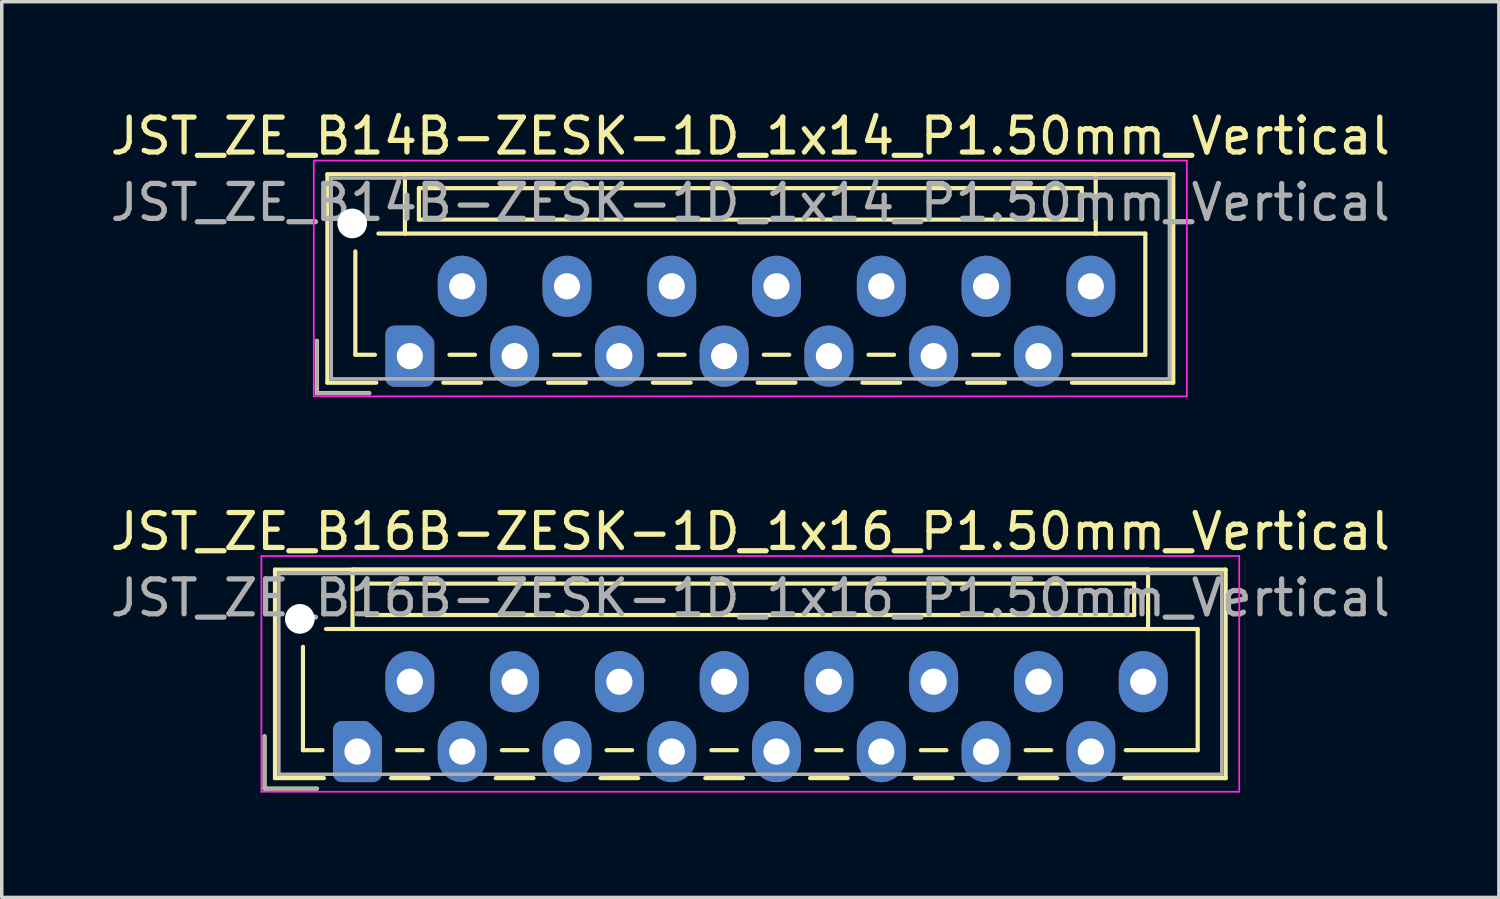
<source format=kicad_pcb>
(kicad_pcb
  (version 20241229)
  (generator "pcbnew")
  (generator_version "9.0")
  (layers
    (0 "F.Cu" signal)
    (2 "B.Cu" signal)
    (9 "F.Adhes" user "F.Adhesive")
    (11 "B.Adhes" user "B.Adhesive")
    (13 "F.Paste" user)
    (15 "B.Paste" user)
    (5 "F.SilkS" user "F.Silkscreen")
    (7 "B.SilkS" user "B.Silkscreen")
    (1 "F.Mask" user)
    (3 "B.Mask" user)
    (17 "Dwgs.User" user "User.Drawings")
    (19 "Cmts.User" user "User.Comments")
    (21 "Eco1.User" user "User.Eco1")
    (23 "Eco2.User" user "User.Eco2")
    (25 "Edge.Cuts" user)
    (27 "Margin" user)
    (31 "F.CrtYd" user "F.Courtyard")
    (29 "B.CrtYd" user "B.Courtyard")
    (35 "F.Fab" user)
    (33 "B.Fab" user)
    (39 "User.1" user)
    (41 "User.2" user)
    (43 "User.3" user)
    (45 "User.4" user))
  (footprint "JST_ZE_B16B-ZESK-1D_1x16_P1.50mm_Vertical"
    (layer "F.Cu")
    (at 7.185 18.471)
    (property "Reference" "JST_ZE_B16B-ZESK-1D_1x16_P1.50mm_Vertical" (at 11.25 -6.3 0) (layer "F.SilkS") (effects (font (size 1 1) (thickness 0.15))))
    (attr through_hole)
    (fp_line (start -2.66 -0.44) (end -2.66 1.06) (stroke (width 0.12) (type solid)) (layer "F.SilkS"))
    (fp_line (start -2.66 1.06) (end -1.16 1.06) (stroke (width 0.12) (type solid)) (layer "F.SilkS"))
    (fp_line (start -2.36 -5.21) (end 24.86 -5.21) (stroke (width 0.12) (type solid)) (layer "F.SilkS"))
    (fp_line (start -2.36 0.76) (end -2.36 -5.21) (stroke (width 0.12) (type solid)) (layer "F.SilkS"))
    (fp_line (start -1.56 -3) (end -1.56 -0.04) (stroke (width 0.12) (type solid)) (layer "F.SilkS"))
    (fp_line (start -1.56 -0.04) (end -1 -0.04) (stroke (width 0.12) (type solid)) (layer "F.SilkS"))
    (fp_line (start -0.96 0.76) (end -2.36 0.76) (stroke (width 0.12) (type solid)) (layer "F.SilkS"))
    (fp_line (start -0.14 -5.21) (end -0.14 -3.51) (stroke (width 0.12) (type solid)) (layer "F.SilkS"))
    (fp_line (start -0.14 -3.51) (end -0.9 -3.51) (stroke (width 0.12) (type solid)) (layer "F.SilkS"))
    (fp_line (start -0.14 -3.51) (end 22.64 -3.51) (stroke (width 0.12) (type solid)) (layer "F.SilkS"))
    (fp_line (start 0.26 -4.81) (end 0.26 -3.91) (stroke (width 0.12) (type solid)) (layer "F.SilkS"))
    (fp_line (start 0.26 -3.91) (end 22.24 -3.91) (stroke (width 0.12) (type solid)) (layer "F.SilkS"))
    (fp_line (start 0.96 0.76) (end 2.04 0.76) (stroke (width 0.12) (type solid)) (layer "F.SilkS"))
    (fp_line (start 1.135 -0.04) (end 1.865 -0.04) (stroke (width 0.12) (type solid)) (layer "F.SilkS"))
    (fp_line (start 3.96 0.76) (end 5.04 0.76) (stroke (width 0.12) (type solid)) (layer "F.SilkS"))
    (fp_line (start 4.135 -0.04) (end 4.865 -0.04) (stroke (width 0.12) (type solid)) (layer "F.SilkS"))
    (fp_line (start 6.96 0.76) (end 8.04 0.76) (stroke (width 0.12) (type solid)) (layer "F.SilkS"))
    (fp_line (start 7.135 -0.04) (end 7.865 -0.04) (stroke (width 0.12) (type solid)) (layer "F.SilkS"))
    (fp_line (start 9.96 0.76) (end 11.04 0.76) (stroke (width 0.12) (type solid)) (layer "F.SilkS"))
    (fp_line (start 10.135 -0.04) (end 10.865 -0.04) (stroke (width 0.12) (type solid)) (layer "F.SilkS"))
    (fp_line (start 12.96 0.76) (end 14.04 0.76) (stroke (width 0.12) (type solid)) (layer "F.SilkS"))
    (fp_line (start 13.135 -0.04) (end 13.865 -0.04) (stroke (width 0.12) (type solid)) (layer "F.SilkS"))
    (fp_line (start 15.96 0.76) (end 17.04 0.76) (stroke (width 0.12) (type solid)) (layer "F.SilkS"))
    (fp_line (start 16.135 -0.04) (end 16.865 -0.04) (stroke (width 0.12) (type solid)) (layer "F.SilkS"))
    (fp_line (start 18.96 0.76) (end 20.04 0.76) (stroke (width 0.12) (type solid)) (layer "F.SilkS"))
    (fp_line (start 19.135 -0.04) (end 19.865 -0.04) (stroke (width 0.12) (type solid)) (layer "F.SilkS"))
    (fp_line (start 22.24 -4.81) (end 0.26 -4.81) (stroke (width 0.12) (type solid)) (layer "F.SilkS"))
    (fp_line (start 22.24 -3.91) (end 22.24 -4.81) (stroke (width 0.12) (type solid)) (layer "F.SilkS"))
    (fp_line (start 22.64 -5.21) (end -0.14 -5.21) (stroke (width 0.12) (type solid)) (layer "F.SilkS"))
    (fp_line (start 22.64 -3.51) (end 22.64 -5.21) (stroke (width 0.12) (type solid)) (layer "F.SilkS"))
    (fp_line (start 22.64 -3.51) (end 24.06 -3.51) (stroke (width 0.12) (type solid)) (layer "F.SilkS"))
    (fp_line (start 24.06 -3.51) (end 24.06 -0.04) (stroke (width 0.12) (type solid)) (layer "F.SilkS"))
    (fp_line (start 24.06 -0.04) (end 22 -0.04) (stroke (width 0.12) (type solid)) (layer "F.SilkS"))
    (fp_line (start 24.86 -5.21) (end 24.86 0.76) (stroke (width 0.12) (type solid)) (layer "F.SilkS"))
    (fp_line (start 24.86 0.76) (end 21.96 0.76) (stroke (width 0.12) (type solid)) (layer "F.SilkS"))
    (fp_line (start -2.75 -5.6) (end -2.75 1.15) (stroke (width 0.05) (type solid)) (layer "F.CrtYd"))
    (fp_line (start -2.75 1.15) (end 25.25 1.15) (stroke (width 0.05) (type solid)) (layer "F.CrtYd"))
    (fp_line (start 25.25 -5.6) (end -2.75 -5.6) (stroke (width 0.05) (type solid)) (layer "F.CrtYd"))
    (fp_line (start 25.25 1.15) (end 25.25 -5.6) (stroke (width 0.05) (type solid)) (layer "F.CrtYd"))
    (fp_line (start -2.66 -0.44) (end -2.66 1.06) (stroke (width 0.1) (type solid)) (layer "F.Fab"))
    (fp_line (start -2.66 1.06) (end -1.16 1.06) (stroke (width 0.1) (type solid)) (layer "F.Fab"))
    (fp_line (start -2.25 -5.1) (end -2.25 0.65) (stroke (width 0.1) (type solid)) (layer "F.Fab"))
    (fp_line (start -2.25 0.65) (end 24.75 0.65) (stroke (width 0.1) (type solid)) (layer "F.Fab"))
    (fp_line (start 24.75 -5.1) (end -2.25 -5.1) (stroke (width 0.1) (type solid)) (layer "F.Fab"))
    (fp_line (start 24.75 0.65) (end 24.75 -5.1) (stroke (width 0.1) (type solid)) (layer "F.Fab"))
    (fp_text user "${REFERENCE}" (at 11.25 -4.4 0) (layer "F.Fab") (effects (font (size 1 1) (thickness 0.15))))
    (pad "" np_thru_hole circle (at -1.65 -3.8) (size 0.85 0.85) (drill 0.85) (layers "*.Cu" "*.Mask"))
    (pad "1" thru_hole custom (at 0 0) (size 1.117 1.117) (drill 0.75) (layers "*.Cu" "*.Mask") (options (anchor circle)) (primitives (gr_poly (pts (xy -0.45 -0.625) (xy 0.196 -0.625) (xy 0.45 -0.371) (xy 0.45 0.625) (xy -0.45 0.625)) (width 0.5) (fill yes))))
    (pad "2" thru_hole oval (at 1.5 -2) (size 1.4 1.75) (drill 0.75) (layers "*.Cu" "*.Mask"))
    (pad "3" thru_hole oval (at 3 0) (size 1.4 1.75) (drill 0.75) (layers "*.Cu" "*.Mask"))
    (pad "4" thru_hole oval (at 4.5 -2) (size 1.4 1.75) (drill 0.75) (layers "*.Cu" "*.Mask"))
    (pad "5" thru_hole oval (at 6 0) (size 1.4 1.75) (drill 0.75) (layers "*.Cu" "*.Mask"))
    (pad "6" thru_hole oval (at 7.5 -2) (size 1.4 1.75) (drill 0.75) (layers "*.Cu" "*.Mask"))
    (pad "7" thru_hole oval (at 9 0) (size 1.4 1.75) (drill 0.75) (layers "*.Cu" "*.Mask"))
    (pad "8" thru_hole oval (at 10.5 -2) (size 1.4 1.75) (drill 0.75) (layers "*.Cu" "*.Mask"))
    (pad "9" thru_hole oval (at 12 0) (size 1.4 1.75) (drill 0.75) (layers "*.Cu" "*.Mask"))
    (pad "10" thru_hole oval (at 13.5 -2) (size 1.4 1.75) (drill 0.75) (layers "*.Cu" "*.Mask"))
    (pad "11" thru_hole oval (at 15 0) (size 1.4 1.75) (drill 0.75) (layers "*.Cu" "*.Mask"))
    (pad "12" thru_hole oval (at 16.5 -2) (size 1.4 1.75) (drill 0.75) (layers "*.Cu" "*.Mask"))
    (pad "13" thru_hole oval (at 18 0) (size 1.4 1.75) (drill 0.75) (layers "*.Cu" "*.Mask"))
    (pad "14" thru_hole oval (at 19.5 -2) (size 1.4 1.75) (drill 0.75) (layers "*.Cu" "*.Mask"))
    (pad "15" thru_hole oval (at 21 0) (size 1.4 1.75) (drill 0.75) (layers "*.Cu" "*.Mask"))
    (pad "16" thru_hole oval (at 22.5 -2) (size 1.4 1.75) (drill 0.75) (layers "*.Cu" "*.Mask")))
  (footprint "JST_ZE_B14B-ZESK-1D_1x14_P1.50mm_Vertical"
    (layer "F.Cu")
    (at 8.685 7.148)
    (property "Reference" "JST_ZE_B14B-ZESK-1D_1x14_P1.50mm_Vertical" (at 9.75 -6.3 0) (layer "F.SilkS") (effects (font (size 1 1) (thickness 0.15))))
    (attr through_hole)
    (fp_line (start -2.66 -0.44) (end -2.66 1.06) (stroke (width 0.12) (type solid)) (layer "F.SilkS"))
    (fp_line (start -2.66 1.06) (end -1.16 1.06) (stroke (width 0.12) (type solid)) (layer "F.SilkS"))
    (fp_line (start -2.36 -5.21) (end 21.86 -5.21) (stroke (width 0.12) (type solid)) (layer "F.SilkS"))
    (fp_line (start -2.36 0.76) (end -2.36 -5.21) (stroke (width 0.12) (type solid)) (layer "F.SilkS"))
    (fp_line (start -1.56 -3) (end -1.56 -0.04) (stroke (width 0.12) (type solid)) (layer "F.SilkS"))
    (fp_line (start -1.56 -0.04) (end -1 -0.04) (stroke (width 0.12) (type solid)) (layer "F.SilkS"))
    (fp_line (start -0.96 0.76) (end -2.36 0.76) (stroke (width 0.12) (type solid)) (layer "F.SilkS"))
    (fp_line (start -0.14 -5.21) (end -0.14 -3.51) (stroke (width 0.12) (type solid)) (layer "F.SilkS"))
    (fp_line (start -0.14 -3.51) (end -0.9 -3.51) (stroke (width 0.12) (type solid)) (layer "F.SilkS"))
    (fp_line (start -0.14 -3.51) (end 19.64 -3.51) (stroke (width 0.12) (type solid)) (layer "F.SilkS"))
    (fp_line (start 0.26 -4.81) (end 0.26 -3.91) (stroke (width 0.12) (type solid)) (layer "F.SilkS"))
    (fp_line (start 0.26 -3.91) (end 19.24 -3.91) (stroke (width 0.12) (type solid)) (layer "F.SilkS"))
    (fp_line (start 0.96 0.76) (end 2.04 0.76) (stroke (width 0.12) (type solid)) (layer "F.SilkS"))
    (fp_line (start 1.135 -0.04) (end 1.865 -0.04) (stroke (width 0.12) (type solid)) (layer "F.SilkS"))
    (fp_line (start 3.96 0.76) (end 5.04 0.76) (stroke (width 0.12) (type solid)) (layer "F.SilkS"))
    (fp_line (start 4.135 -0.04) (end 4.865 -0.04) (stroke (width 0.12) (type solid)) (layer "F.SilkS"))
    (fp_line (start 6.96 0.76) (end 8.04 0.76) (stroke (width 0.12) (type solid)) (layer "F.SilkS"))
    (fp_line (start 7.135 -0.04) (end 7.865 -0.04) (stroke (width 0.12) (type solid)) (layer "F.SilkS"))
    (fp_line (start 9.96 0.76) (end 11.04 0.76) (stroke (width 0.12) (type solid)) (layer "F.SilkS"))
    (fp_line (start 10.135 -0.04) (end 10.865 -0.04) (stroke (width 0.12) (type solid)) (layer "F.SilkS"))
    (fp_line (start 12.96 0.76) (end 14.04 0.76) (stroke (width 0.12) (type solid)) (layer "F.SilkS"))
    (fp_line (start 13.135 -0.04) (end 13.865 -0.04) (stroke (width 0.12) (type solid)) (layer "F.SilkS"))
    (fp_line (start 15.96 0.76) (end 17.04 0.76) (stroke (width 0.12) (type solid)) (layer "F.SilkS"))
    (fp_line (start 16.135 -0.04) (end 16.865 -0.04) (stroke (width 0.12) (type solid)) (layer "F.SilkS"))
    (fp_line (start 19.24 -4.81) (end 0.26 -4.81) (stroke (width 0.12) (type solid)) (layer "F.SilkS"))
    (fp_line (start 19.24 -3.91) (end 19.24 -4.81) (stroke (width 0.12) (type solid)) (layer "F.SilkS"))
    (fp_line (start 19.64 -5.21) (end -0.14 -5.21) (stroke (width 0.12) (type solid)) (layer "F.SilkS"))
    (fp_line (start 19.64 -3.51) (end 19.64 -5.21) (stroke (width 0.12) (type solid)) (layer "F.SilkS"))
    (fp_line (start 19.64 -3.51) (end 21.06 -3.51) (stroke (width 0.12) (type solid)) (layer "F.SilkS"))
    (fp_line (start 21.06 -3.51) (end 21.06 -0.04) (stroke (width 0.12) (type solid)) (layer "F.SilkS"))
    (fp_line (start 21.06 -0.04) (end 19 -0.04) (stroke (width 0.12) (type solid)) (layer "F.SilkS"))
    (fp_line (start 21.86 -5.21) (end 21.86 0.76) (stroke (width 0.12) (type solid)) (layer "F.SilkS"))
    (fp_line (start 21.86 0.76) (end 18.96 0.76) (stroke (width 0.12) (type solid)) (layer "F.SilkS"))
    (fp_line (start -2.75 -5.6) (end -2.75 1.15) (stroke (width 0.05) (type solid)) (layer "F.CrtYd"))
    (fp_line (start -2.75 1.15) (end 22.25 1.15) (stroke (width 0.05) (type solid)) (layer "F.CrtYd"))
    (fp_line (start 22.25 -5.6) (end -2.75 -5.6) (stroke (width 0.05) (type solid)) (layer "F.CrtYd"))
    (fp_line (start 22.25 1.15) (end 22.25 -5.6) (stroke (width 0.05) (type solid)) (layer "F.CrtYd"))
    (fp_line (start -2.66 -0.44) (end -2.66 1.06) (stroke (width 0.1) (type solid)) (layer "F.Fab"))
    (fp_line (start -2.66 1.06) (end -1.16 1.06) (stroke (width 0.1) (type solid)) (layer "F.Fab"))
    (fp_line (start -2.25 -5.1) (end -2.25 0.65) (stroke (width 0.1) (type solid)) (layer "F.Fab"))
    (fp_line (start -2.25 0.65) (end 21.75 0.65) (stroke (width 0.1) (type solid)) (layer "F.Fab"))
    (fp_line (start 21.75 -5.1) (end -2.25 -5.1) (stroke (width 0.1) (type solid)) (layer "F.Fab"))
    (fp_line (start 21.75 0.65) (end 21.75 -5.1) (stroke (width 0.1) (type solid)) (layer "F.Fab"))
    (fp_text user "${REFERENCE}" (at 9.75 -4.4 0) (layer "F.Fab") (effects (font (size 1 1) (thickness 0.15))))
    (pad "" np_thru_hole circle (at -1.65 -3.8) (size 0.85 0.85) (drill 0.85) (layers "*.Cu" "*.Mask"))
    (pad "1" thru_hole custom (at 0 0) (size 1.117 1.117) (drill 0.75) (layers "*.Cu" "*.Mask") (options (anchor circle)) (primitives (gr_poly (pts (xy -0.45 -0.625) (xy 0.196 -0.625) (xy 0.45 -0.371) (xy 0.45 0.625) (xy -0.45 0.625)) (width 0.5) (fill yes))))
    (pad "2" thru_hole oval (at 1.5 -2) (size 1.4 1.75) (drill 0.75) (layers "*.Cu" "*.Mask"))
    (pad "3" thru_hole oval (at 3 0) (size 1.4 1.75) (drill 0.75) (layers "*.Cu" "*.Mask"))
    (pad "4" thru_hole oval (at 4.5 -2) (size 1.4 1.75) (drill 0.75) (layers "*.Cu" "*.Mask"))
    (pad "5" thru_hole oval (at 6 0) (size 1.4 1.75) (drill 0.75) (layers "*.Cu" "*.Mask"))
    (pad "6" thru_hole oval (at 7.5 -2) (size 1.4 1.75) (drill 0.75) (layers "*.Cu" "*.Mask"))
    (pad "7" thru_hole oval (at 9 0) (size 1.4 1.75) (drill 0.75) (layers "*.Cu" "*.Mask"))
    (pad "8" thru_hole oval (at 10.5 -2) (size 1.4 1.75) (drill 0.75) (layers "*.Cu" "*.Mask"))
    (pad "9" thru_hole oval (at 12 0) (size 1.4 1.75) (drill 0.75) (layers "*.Cu" "*.Mask"))
    (pad "10" thru_hole oval (at 13.5 -2) (size 1.4 1.75) (drill 0.75) (layers "*.Cu" "*.Mask"))
    (pad "11" thru_hole oval (at 15 0) (size 1.4 1.75) (drill 0.75) (layers "*.Cu" "*.Mask"))
    (pad "12" thru_hole oval (at 16.5 -2) (size 1.4 1.75) (drill 0.75) (layers "*.Cu" "*.Mask"))
    (pad "13" thru_hole oval (at 18 0) (size 1.4 1.75) (drill 0.75) (layers "*.Cu" "*.Mask"))
    (pad "14" thru_hole oval (at 19.5 -2) (size 1.4 1.75) (drill 0.75) (layers "*.Cu" "*.Mask")))
  (gr_rect
    (start -3 -3)
    (end 39.869 22.646)
    (stroke (width 0.1) (type default))
    (fill no)
    (layer "Edge.Cuts")))
</source>
